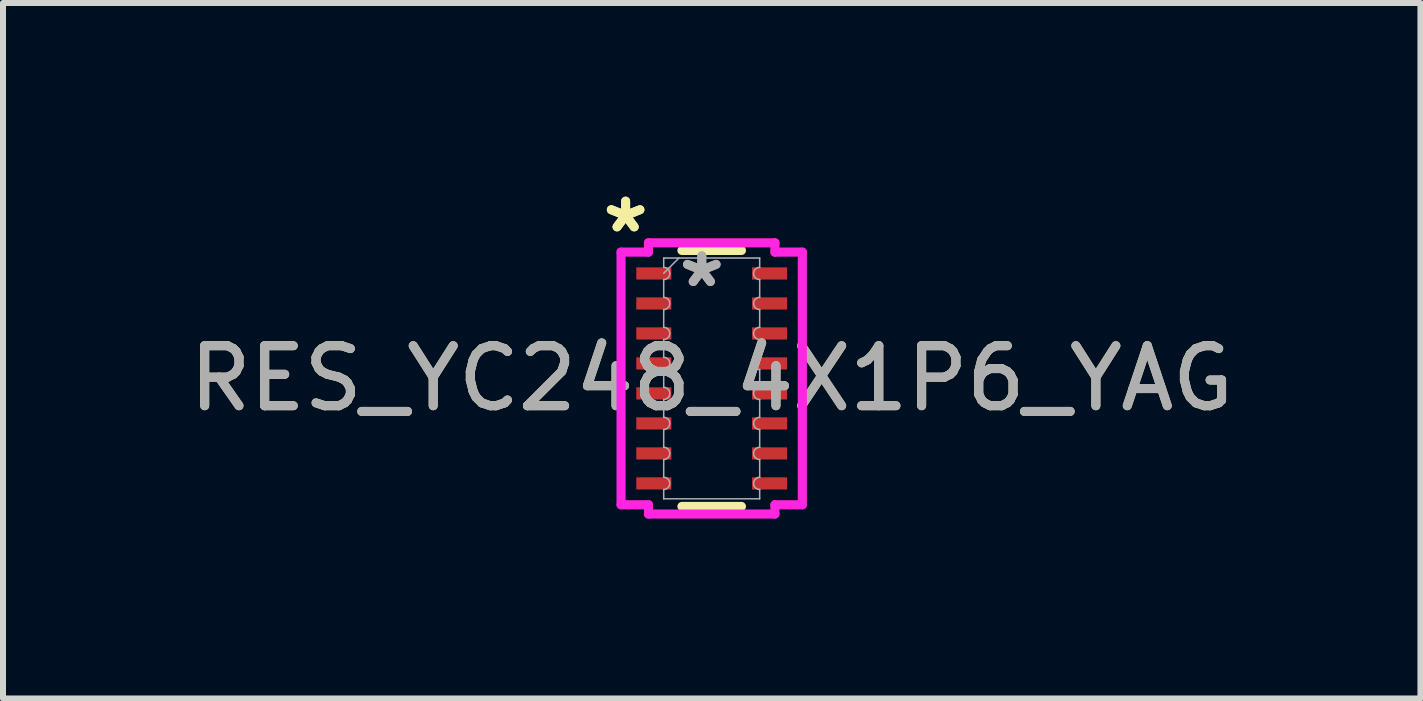
<source format=kicad_pcb>
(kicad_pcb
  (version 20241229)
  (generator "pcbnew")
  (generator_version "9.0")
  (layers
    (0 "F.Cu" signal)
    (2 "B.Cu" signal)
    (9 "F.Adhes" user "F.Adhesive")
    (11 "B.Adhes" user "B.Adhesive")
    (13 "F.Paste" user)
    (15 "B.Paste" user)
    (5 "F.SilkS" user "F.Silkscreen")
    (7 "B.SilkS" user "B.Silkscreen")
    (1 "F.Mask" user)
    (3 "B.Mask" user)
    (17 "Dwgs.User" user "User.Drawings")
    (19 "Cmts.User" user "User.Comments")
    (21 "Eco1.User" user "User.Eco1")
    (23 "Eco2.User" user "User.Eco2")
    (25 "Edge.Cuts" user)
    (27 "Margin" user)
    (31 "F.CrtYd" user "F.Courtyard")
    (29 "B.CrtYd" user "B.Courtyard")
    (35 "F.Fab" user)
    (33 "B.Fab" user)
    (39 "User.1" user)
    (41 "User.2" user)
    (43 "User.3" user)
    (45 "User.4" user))
  (footprint "RES_YC248_4X1P6_YAG"
    (layer "F.Cu")
    (at 8.815 3.259)
    (property "Reference" "RES_YC248_4X1P6_YAG" (at 0 0 0) (unlocked yes) (layer "F.SilkS") (effects (font (size 1 1) (thickness 0.15))))
    (attr smd)
    (fp_line (start -0.496 -2.134) (end 0.496 -2.134) (stroke (width 0.152) (type solid)) (layer "F.SilkS"))
    (fp_line (start -0.496 2.134) (end 0.496 2.134) (stroke (width 0.152) (type solid)) (layer "F.SilkS"))
    (fp_line (start -1.511 -2.106) (end -1.054 -2.106) (stroke (width 0.152) (type solid)) (layer "F.CrtYd"))
    (fp_line (start -1.511 2.106) (end -1.511 -2.106) (stroke (width 0.152) (type solid)) (layer "F.CrtYd"))
    (fp_line (start -1.511 2.106) (end -1.054 2.106) (stroke (width 0.152) (type solid)) (layer "F.CrtYd"))
    (fp_line (start -1.054 -2.261) (end 1.054 -2.261) (stroke (width 0.152) (type solid)) (layer "F.CrtYd"))
    (fp_line (start -1.054 -2.106) (end -1.054 -2.261) (stroke (width 0.152) (type solid)) (layer "F.CrtYd"))
    (fp_line (start -1.054 2.261) (end -1.054 2.106) (stroke (width 0.152) (type solid)) (layer "F.CrtYd"))
    (fp_line (start 1.054 -2.261) (end 1.054 -2.106) (stroke (width 0.152) (type solid)) (layer "F.CrtYd"))
    (fp_line (start 1.054 2.106) (end 1.054 2.261) (stroke (width 0.152) (type solid)) (layer "F.CrtYd"))
    (fp_line (start 1.054 2.261) (end -1.054 2.261) (stroke (width 0.152) (type solid)) (layer "F.CrtYd"))
    (fp_line (start 1.511 -2.106) (end 1.054 -2.106) (stroke (width 0.152) (type solid)) (layer "F.CrtYd"))
    (fp_line (start 1.511 -2.106) (end 1.511 2.106) (stroke (width 0.152) (type solid)) (layer "F.CrtYd"))
    (fp_line (start 1.511 2.106) (end 1.054 2.106) (stroke (width 0.152) (type solid)) (layer "F.CrtYd"))
    (fp_line (start -0.8 -2.007) (end 0.8 -2.007) (stroke (width 0.025) (type solid)) (layer "F.Fab"))
    (fp_line (start -0.8 -1.852) (end -0.8 -2.007) (stroke (width 0.025) (type solid)) (layer "F.Fab"))
    (fp_line (start -0.8 -1.648) (end -0.8 -1.352) (stroke (width 0.025) (type solid)) (layer "F.Fab"))
    (fp_line (start -0.8 -1.148) (end -0.8 -0.852) (stroke (width 0.025) (type solid)) (layer "F.Fab"))
    (fp_line (start -0.8 -0.648) (end -0.8 -0.352) (stroke (width 0.025) (type solid)) (layer "F.Fab"))
    (fp_line (start -0.8 -0.148) (end -0.8 0.148) (stroke (width 0.025) (type solid)) (layer "F.Fab"))
    (fp_line (start -0.8 0.352) (end -0.8 0.648) (stroke (width 0.025) (type solid)) (layer "F.Fab"))
    (fp_line (start -0.8 0.852) (end -0.8 1.148) (stroke (width 0.025) (type solid)) (layer "F.Fab"))
    (fp_line (start -0.8 1.352) (end -0.8 1.648) (stroke (width 0.025) (type solid)) (layer "F.Fab"))
    (fp_line (start -0.8 1.852) (end -0.8 2.007) (stroke (width 0.025) (type solid)) (layer "F.Fab"))
    (fp_line (start -0.8 2.007) (end 0.8 2.007) (stroke (width 0.025) (type solid)) (layer "F.Fab"))
    (fp_line (start -0.546 -2.007) (end -0.8 -1.753) (stroke (width 0.025) (type solid)) (layer "F.Fab"))
    (fp_line (start 0.8 -1.852) (end 0.8 -2.007) (stroke (width 0.025) (type solid)) (layer "F.Fab"))
    (fp_line (start 0.8 -1.648) (end 0.8 -1.352) (stroke (width 0.025) (type solid)) (layer "F.Fab"))
    (fp_line (start 0.8 -1.148) (end 0.8 -0.852) (stroke (width 0.025) (type solid)) (layer "F.Fab"))
    (fp_line (start 0.8 -0.648) (end 0.8 -0.352) (stroke (width 0.025) (type solid)) (layer "F.Fab"))
    (fp_line (start 0.8 -0.148) (end 0.8 0.148) (stroke (width 0.025) (type solid)) (layer "F.Fab"))
    (fp_line (start 0.8 0.352) (end 0.8 0.648) (stroke (width 0.025) (type solid)) (layer "F.Fab"))
    (fp_line (start 0.8 0.852) (end 0.8 1.148) (stroke (width 0.025) (type solid)) (layer "F.Fab"))
    (fp_line (start 0.8 1.352) (end 0.8 1.648) (stroke (width 0.025) (type solid)) (layer "F.Fab"))
    (fp_line (start 0.8 1.852) (end 0.8 2.007) (stroke (width 0.025) (type solid)) (layer "F.Fab"))
    (fp_arc (start -0.8001 -1.851599) (mid -0.6985 -1.749999) (end -0.8001 -1.648399) (stroke (width 0.0254) (type solid)) (layer "F.Fab"))
    (fp_arc (start -0.8001 -1.3516) (mid -0.6985 -1.25) (end -0.8001 -1.1484) (stroke (width 0.0254) (type solid)) (layer "F.Fab"))
    (fp_arc (start -0.8001 -0.851601) (mid -0.6985 -0.750001) (end -0.8001 -0.648401) (stroke (width 0.0254) (type solid)) (layer "F.Fab"))
    (fp_arc (start -0.8001 -0.351599) (mid -0.6985 -0.25) (end -0.8001 -0.1484) (stroke (width 0.0254) (type solid)) (layer "F.Fab"))
    (fp_arc (start -0.8001 0.1484) (mid -0.6985 0.249999) (end -0.8001 0.351599) (stroke (width 0.0254) (type solid)) (layer "F.Fab"))
    (fp_arc (start -0.8001 0.648401) (mid -0.6985 0.750001) (end -0.8001 0.851601) (stroke (width 0.0254) (type solid)) (layer "F.Fab"))
    (fp_arc (start -0.8001 1.1484) (mid -0.6985 1.25) (end -0.8001 1.3516) (stroke (width 0.0254) (type solid)) (layer "F.Fab"))
    (fp_arc (start -0.8001 1.648399) (mid -0.6985 1.749999) (end -0.8001 1.851599) (stroke (width 0.0254) (type solid)) (layer "F.Fab"))
    (fp_arc (start 0.8001 -1.648399) (mid 0.6985 -1.749999) (end 0.8001 -1.851599) (stroke (width 0.0254) (type solid)) (layer "F.Fab"))
    (fp_arc (start 0.8001 -1.1484) (mid 0.6985 -1.25) (end 0.8001 -1.3516) (stroke (width 0.0254) (type solid)) (layer "F.Fab"))
    (fp_arc (start 0.8001 -0.648401) (mid 0.6985 -0.750001) (end 0.8001 -0.851601) (stroke (width 0.0254) (type solid)) (layer "F.Fab"))
    (fp_arc (start 0.8001 -0.1484) (mid 0.6985 -0.249999) (end 0.8001 -0.351599) (stroke (width 0.0254) (type solid)) (layer "F.Fab"))
    (fp_arc (start 0.8001 0.351599) (mid 0.6985 0.25) (end 0.8001 0.1484) (stroke (width 0.0254) (type solid)) (layer "F.Fab"))
    (fp_arc (start 0.8001 0.851601) (mid 0.6985 0.750001) (end 0.8001 0.648401) (stroke (width 0.0254) (type solid)) (layer "F.Fab"))
    (fp_arc (start 0.8001 1.3516) (mid 0.6985 1.25) (end 0.8001 1.1484) (stroke (width 0.0254) (type solid)) (layer "F.Fab"))
    (fp_arc (start 0.8001 1.851599) (mid 0.6985 1.749999) (end 0.8001 1.648399) (stroke (width 0.0254) (type solid)) (layer "F.Fab"))
    (fp_text user "*" (at -1.435 -2.41 0) (layer "F.SilkS") (effects (font (size 1 1) (thickness 0.15))))
    (fp_text user "*" (at -1.435 -2.41 0) (unlocked yes) (layer "F.SilkS") (effects (font (size 1 1) (thickness 0.15))))
    (fp_text user "${REFERENCE}" (at 0 0 0) (unlocked yes) (layer "F.Fab") (effects (font (size 1 1) (thickness 0.15))))
    (fp_text user "*" (at -0.165 -1.499 0) (unlocked yes) (layer "F.Fab") (effects (font (size 1 1) (thickness 0.15))))
    (fp_text user "*" (at -0.165 -1.499 0) (layer "F.Fab") (effects (font (size 1 1) (thickness 0.15))))
    (pad "1" smd rect (at -0.965 -1.75) (size 0.584 0.203) (layers "F.Cu" "F.Mask" "F.Paste"))
    (pad "2" smd rect (at -0.965 -1.25) (size 0.584 0.203) (layers "F.Cu" "F.Mask" "F.Paste"))
    (pad "3" smd rect (at -0.965 -0.75) (size 0.584 0.203) (layers "F.Cu" "F.Mask" "F.Paste"))
    (pad "4" smd rect (at -0.965 -0.25) (size 0.584 0.203) (layers "F.Cu" "F.Mask" "F.Paste"))
    (pad "5" smd rect (at -0.965 0.25) (size 0.584 0.203) (layers "F.Cu" "F.Mask" "F.Paste"))
    (pad "6" smd rect (at -0.965 0.75) (size 0.584 0.203) (layers "F.Cu" "F.Mask" "F.Paste"))
    (pad "7" smd rect (at -0.965 1.25) (size 0.584 0.203) (layers "F.Cu" "F.Mask" "F.Paste"))
    (pad "8" smd rect (at -0.965 1.75) (size 0.584 0.203) (layers "F.Cu" "F.Mask" "F.Paste"))
    (pad "9" smd rect (at 0.965 1.75) (size 0.584 0.203) (layers "F.Cu" "F.Mask" "F.Paste"))
    (pad "10" smd rect (at 0.965 1.25) (size 0.584 0.203) (layers "F.Cu" "F.Mask" "F.Paste"))
    (pad "11" smd rect (at 0.965 0.75) (size 0.584 0.203) (layers "F.Cu" "F.Mask" "F.Paste"))
    (pad "12" smd rect (at 0.965 0.25) (size 0.584 0.203) (layers "F.Cu" "F.Mask" "F.Paste"))
    (pad "13" smd rect (at 0.965 -0.25) (size 0.584 0.203) (layers "F.Cu" "F.Mask" "F.Paste"))
    (pad "14" smd rect (at 0.965 -0.75) (size 0.584 0.203) (layers "F.Cu" "F.Mask" "F.Paste"))
    (pad "15" smd rect (at 0.965 -1.25) (size 0.584 0.203) (layers "F.Cu" "F.Mask" "F.Paste"))
    (pad "16" smd rect (at 0.965 -1.75) (size 0.584 0.203) (layers "F.Cu" "F.Mask" "F.Paste")))
  (gr_rect
    (start -3 -3)
    (end 20.631 8.595)
    (stroke (width 0.1) (type default))
    (fill no)
    (layer "Edge.Cuts")))
</source>
